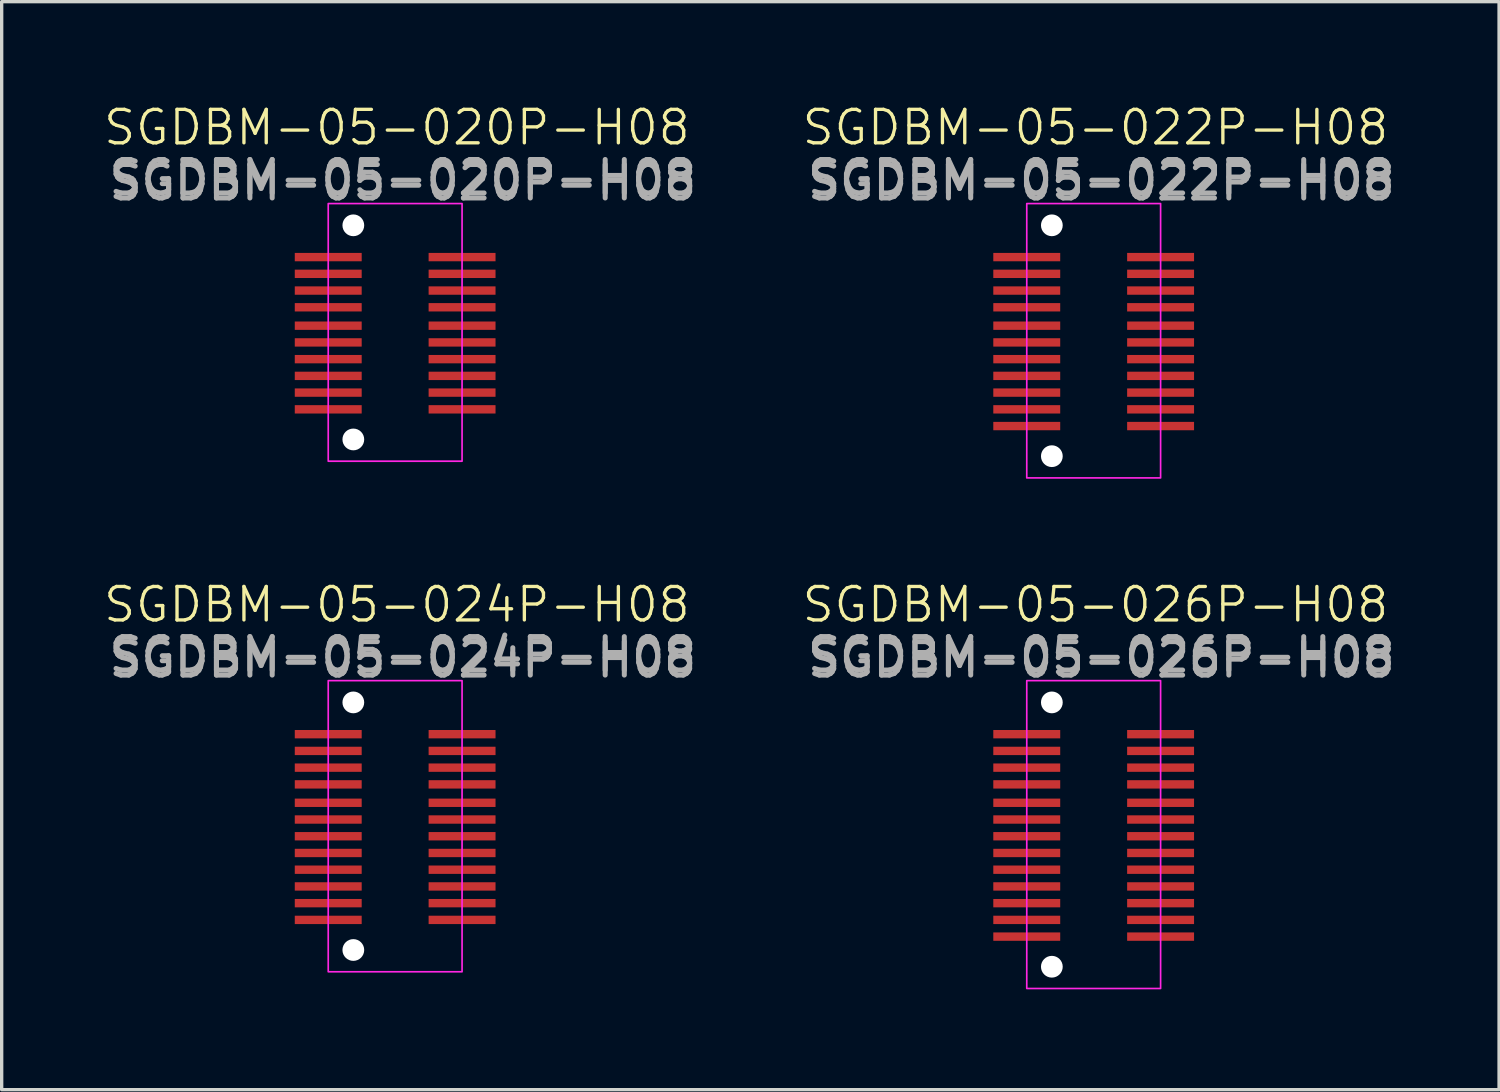
<source format=kicad_pcb>
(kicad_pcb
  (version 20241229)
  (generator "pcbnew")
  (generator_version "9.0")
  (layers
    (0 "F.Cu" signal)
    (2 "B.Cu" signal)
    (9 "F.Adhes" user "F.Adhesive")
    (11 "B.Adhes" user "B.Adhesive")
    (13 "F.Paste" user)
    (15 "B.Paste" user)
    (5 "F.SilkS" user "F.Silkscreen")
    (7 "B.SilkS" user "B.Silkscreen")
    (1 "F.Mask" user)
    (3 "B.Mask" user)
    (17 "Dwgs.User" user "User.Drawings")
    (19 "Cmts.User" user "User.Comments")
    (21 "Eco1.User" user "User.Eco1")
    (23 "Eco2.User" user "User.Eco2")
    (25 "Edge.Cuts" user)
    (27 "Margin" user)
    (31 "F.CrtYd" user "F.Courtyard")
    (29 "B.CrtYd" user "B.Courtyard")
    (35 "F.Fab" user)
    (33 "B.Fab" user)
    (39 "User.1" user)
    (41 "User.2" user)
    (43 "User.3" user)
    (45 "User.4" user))
  (footprint "SGDBM-05-020P-H08"
    (layer "F.Cu")
    (at 6.76 3.034)
    (property "Reference" "SGDBM-05-020P-H08" (at 2.052 -2.273 0) (unlocked yes) (layer "F.SilkS") (effects (font (size 1 1) (thickness 0.1))))
    (attr smd)
    (fp_rect (start 0 0) (end 4 7.7) (stroke (width 0.05) (type default)) (fill no) (layer "F.CrtYd"))
    (fp_text user "${REFERENCE}" (at 2.23 -0.772 0) (unlocked yes) (layer "F.Fab") (effects (font (size 1 1) (thickness 0.15))))
    (fp_text user "${REFERENCE}" (at 2.23 -0.622 0) (unlocked yes) (layer "F.Fab") (effects (font (size 1 1) (thickness 0.15))))
    (pad "" np_thru_hole circle (at 0.75 0.65) (size 0.65 0.65) (drill 0.65) (layers "*.Cu" "*.Mask"))
    (pad "" np_thru_hole circle (at 0.75 7.05) (size 0.65 0.65) (drill 0.65) (layers "*.Cu" "*.Mask"))
    (pad "1" smd rect (at 0 1.6 90) (size 0.25 2) (layers "F.Cu" "F.Mask" "F.Paste"))
    (pad "2" smd rect (at 4 1.6 90) (size 0.25 2) (layers "F.Cu" "F.Mask" "F.Paste"))
    (pad "3" smd rect (at 0 2.1 90) (size 0.25 2) (layers "F.Cu" "F.Mask" "F.Paste"))
    (pad "4" smd rect (at 4 2.1 90) (size 0.25 2) (layers "F.Cu" "F.Mask" "F.Paste"))
    (pad "5" smd rect (at 0 2.6 90) (size 0.25 2) (layers "F.Cu" "F.Mask" "F.Paste"))
    (pad "6" smd rect (at 4 2.6 90) (size 0.25 2) (layers "F.Cu" "F.Mask" "F.Paste"))
    (pad "7" smd rect (at 0 3.1 90) (size 0.25 2) (layers "F.Cu" "F.Mask" "F.Paste"))
    (pad "8" smd rect (at 4 3.1 90) (size 0.25 2) (layers "F.Cu" "F.Mask" "F.Paste"))
    (pad "9" smd rect (at 0 3.65 90) (size 0.25 2) (layers "F.Cu" "F.Mask" "F.Paste"))
    (pad "10" smd rect (at 4 3.65 90) (size 0.25 2) (layers "F.Cu" "F.Mask" "F.Paste"))
    (pad "11" smd rect (at 0 4.15 90) (size 0.25 2) (layers "F.Cu" "F.Mask" "F.Paste"))
    (pad "12" smd rect (at 4 4.15 90) (size 0.25 2) (layers "F.Cu" "F.Mask" "F.Paste"))
    (pad "13" smd rect (at 0 4.65 90) (size 0.25 2) (layers "F.Cu" "F.Mask" "F.Paste"))
    (pad "14" smd rect (at 4 4.65 90) (size 0.25 2) (layers "F.Cu" "F.Mask" "F.Paste"))
    (pad "15" smd rect (at 0 5.15 90) (size 0.25 2) (layers "F.Cu" "F.Mask" "F.Paste"))
    (pad "16" smd rect (at 4 5.15 90) (size 0.25 2) (layers "F.Cu" "F.Mask" "F.Paste"))
    (pad "17" smd rect (at 0 5.65 90) (size 0.25 2) (layers "F.Cu" "F.Mask" "F.Paste"))
    (pad "18" smd rect (at 4 5.65 90) (size 0.25 2) (layers "F.Cu" "F.Mask" "F.Paste"))
    (pad "19" smd rect (at 0 6.15 90) (size 0.25 2) (layers "F.Cu" "F.Mask" "F.Paste"))
    (pad "20" smd rect (at 4 6.15 90) (size 0.25 2) (layers "F.Cu" "F.Mask" "F.Paste")))
  (footprint "SGDBM-05-024P-H08"
    (layer "F.Cu")
    (at 6.76 17.293)
    (property "Reference" "SGDBM-05-024P-H08" (at 2.052 -2.273 0) (unlocked yes) (layer "F.SilkS") (effects (font (size 1 1) (thickness 0.1))))
    (attr smd)
    (fp_rect (start 0 0) (end 4 8.7) (stroke (width 0.05) (type default)) (fill no) (layer "F.CrtYd"))
    (fp_text user "${REFERENCE}" (at 2.23 -0.622 0) (unlocked yes) (layer "F.Fab") (effects (font (size 1 1) (thickness 0.15))))
    (fp_text user "${REFERENCE}" (at 2.23 -0.772 0) (unlocked yes) (layer "F.Fab") (effects (font (size 1 1) (thickness 0.15))))
    (pad "" np_thru_hole circle (at 0.75 0.65) (size 0.65 0.65) (drill 0.65) (layers "*.Cu" "*.Mask"))
    (pad "" np_thru_hole circle (at 0.75 8.05) (size 0.65 0.65) (drill 0.65) (layers "*.Cu" "*.Mask"))
    (pad "1" smd rect (at 0 1.6 90) (size 0.25 2) (layers "F.Cu" "F.Mask" "F.Paste"))
    (pad "2" smd rect (at 4 1.6 90) (size 0.25 2) (layers "F.Cu" "F.Mask" "F.Paste"))
    (pad "3" smd rect (at 0 2.1 90) (size 0.25 2) (layers "F.Cu" "F.Mask" "F.Paste"))
    (pad "4" smd rect (at 4 2.1 90) (size 0.25 2) (layers "F.Cu" "F.Mask" "F.Paste"))
    (pad "5" smd rect (at 0 2.6 90) (size 0.25 2) (layers "F.Cu" "F.Mask" "F.Paste"))
    (pad "6" smd rect (at 4 2.6 90) (size 0.25 2) (layers "F.Cu" "F.Mask" "F.Paste"))
    (pad "7" smd rect (at 0 3.1 90) (size 0.25 2) (layers "F.Cu" "F.Mask" "F.Paste"))
    (pad "8" smd rect (at 4 3.1 90) (size 0.25 2) (layers "F.Cu" "F.Mask" "F.Paste"))
    (pad "9" smd rect (at 0 3.65 90) (size 0.25 2) (layers "F.Cu" "F.Mask" "F.Paste"))
    (pad "10" smd rect (at 4 3.65 90) (size 0.25 2) (layers "F.Cu" "F.Mask" "F.Paste"))
    (pad "11" smd rect (at 0 4.15 90) (size 0.25 2) (layers "F.Cu" "F.Mask" "F.Paste"))
    (pad "12" smd rect (at 4 4.15 90) (size 0.25 2) (layers "F.Cu" "F.Mask" "F.Paste"))
    (pad "13" smd rect (at 0 4.65 90) (size 0.25 2) (layers "F.Cu" "F.Mask" "F.Paste"))
    (pad "14" smd rect (at 4 4.65 90) (size 0.25 2) (layers "F.Cu" "F.Mask" "F.Paste"))
    (pad "15" smd rect (at 0 5.15 90) (size 0.25 2) (layers "F.Cu" "F.Mask" "F.Paste"))
    (pad "16" smd rect (at 4 5.15 90) (size 0.25 2) (layers "F.Cu" "F.Mask" "F.Paste"))
    (pad "17" smd rect (at 0 5.65 90) (size 0.25 2) (layers "F.Cu" "F.Mask" "F.Paste"))
    (pad "18" smd rect (at 4 5.65 90) (size 0.25 2) (layers "F.Cu" "F.Mask" "F.Paste"))
    (pad "19" smd rect (at 0 6.15 90) (size 0.25 2) (layers "F.Cu" "F.Mask" "F.Paste"))
    (pad "20" smd rect (at 4 6.15 90) (size 0.25 2) (layers "F.Cu" "F.Mask" "F.Paste"))
    (pad "21" smd rect (at 0 6.65 90) (size 0.25 2) (layers "F.Cu" "F.Mask" "F.Paste"))
    (pad "22" smd rect (at 4 6.65 90) (size 0.25 2) (layers "F.Cu" "F.Mask" "F.Paste"))
    (pad "23" smd rect (at 0 7.15 90) (size 0.25 2) (layers "F.Cu" "F.Mask" "F.Paste"))
    (pad "24" smd rect (at 4 7.15 90) (size 0.25 2) (layers "F.Cu" "F.Mask" "F.Paste")))
  (footprint "SGDBM-05-026P-H08"
    (layer "F.Cu")
    (at 27.637 17.293)
    (property "Reference" "SGDBM-05-026P-H08" (at 2.052 -2.273 0) (unlocked yes) (layer "F.SilkS") (effects (font (size 1 1) (thickness 0.1))))
    (attr smd)
    (fp_rect (start 0 0) (end 4 9.2) (stroke (width 0.05) (type default)) (fill no) (layer "F.CrtYd"))
    (fp_text user "${REFERENCE}" (at 2.23 -0.772 0) (unlocked yes) (layer "F.Fab") (effects (font (size 1 1) (thickness 0.15))))
    (fp_text user "${REFERENCE}" (at 2.23 -0.622 0) (unlocked yes) (layer "F.Fab") (effects (font (size 1 1) (thickness 0.15))))
    (pad "" np_thru_hole circle (at 0.75 0.65) (size 0.65 0.65) (drill 0.65) (layers "*.Cu" "*.Mask"))
    (pad "" np_thru_hole circle (at 0.75 8.55) (size 0.65 0.65) (drill 0.65) (layers "*.Cu" "*.Mask"))
    (pad "1" smd rect (at 0 1.6 90) (size 0.25 2) (layers "F.Cu" "F.Mask" "F.Paste"))
    (pad "2" smd rect (at 4 1.6 90) (size 0.25 2) (layers "F.Cu" "F.Mask" "F.Paste"))
    (pad "3" smd rect (at 0 2.1 90) (size 0.25 2) (layers "F.Cu" "F.Mask" "F.Paste"))
    (pad "4" smd rect (at 4 2.1 90) (size 0.25 2) (layers "F.Cu" "F.Mask" "F.Paste"))
    (pad "5" smd rect (at 0 2.6 90) (size 0.25 2) (layers "F.Cu" "F.Mask" "F.Paste"))
    (pad "6" smd rect (at 4 2.6 90) (size 0.25 2) (layers "F.Cu" "F.Mask" "F.Paste"))
    (pad "7" smd rect (at 0 3.1 90) (size 0.25 2) (layers "F.Cu" "F.Mask" "F.Paste"))
    (pad "8" smd rect (at 4 3.1 90) (size 0.25 2) (layers "F.Cu" "F.Mask" "F.Paste"))
    (pad "9" smd rect (at 0 3.65 90) (size 0.25 2) (layers "F.Cu" "F.Mask" "F.Paste"))
    (pad "10" smd rect (at 4 3.65 90) (size 0.25 2) (layers "F.Cu" "F.Mask" "F.Paste"))
    (pad "11" smd rect (at 0 4.15 90) (size 0.25 2) (layers "F.Cu" "F.Mask" "F.Paste"))
    (pad "12" smd rect (at 4 4.15 90) (size 0.25 2) (layers "F.Cu" "F.Mask" "F.Paste"))
    (pad "13" smd rect (at 0 4.65 90) (size 0.25 2) (layers "F.Cu" "F.Mask" "F.Paste"))
    (pad "14" smd rect (at 4 4.65 90) (size 0.25 2) (layers "F.Cu" "F.Mask" "F.Paste"))
    (pad "15" smd rect (at 0 5.15 90) (size 0.25 2) (layers "F.Cu" "F.Mask" "F.Paste"))
    (pad "16" smd rect (at 4 5.15 90) (size 0.25 2) (layers "F.Cu" "F.Mask" "F.Paste"))
    (pad "17" smd rect (at 0 5.65 90) (size 0.25 2) (layers "F.Cu" "F.Mask" "F.Paste"))
    (pad "18" smd rect (at 4 5.65 90) (size 0.25 2) (layers "F.Cu" "F.Mask" "F.Paste"))
    (pad "19" smd rect (at 0 6.15 90) (size 0.25 2) (layers "F.Cu" "F.Mask" "F.Paste"))
    (pad "20" smd rect (at 4 6.15 90) (size 0.25 2) (layers "F.Cu" "F.Mask" "F.Paste"))
    (pad "21" smd rect (at 0 6.65 90) (size 0.25 2) (layers "F.Cu" "F.Mask" "F.Paste"))
    (pad "22" smd rect (at 4 6.65 90) (size 0.25 2) (layers "F.Cu" "F.Mask" "F.Paste"))
    (pad "23" smd rect (at 0 7.15 90) (size 0.25 2) (layers "F.Cu" "F.Mask" "F.Paste"))
    (pad "24" smd rect (at 4 7.15 90) (size 0.25 2) (layers "F.Cu" "F.Mask" "F.Paste"))
    (pad "25" smd rect (at 0 7.65 90) (size 0.25 2) (layers "F.Cu" "F.Mask" "F.Paste"))
    (pad "26" smd rect (at 4 7.65 90) (size 0.25 2) (layers "F.Cu" "F.Mask" "F.Paste")))
  (footprint "SGDBM-05-022P-H08"
    (layer "F.Cu")
    (at 27.637 4.634)
    (property "Reference" "SGDBM-05-022P-H08" (at 2.052 -3.873 0) (unlocked yes) (layer "F.SilkS") (effects (font (size 1 1) (thickness 0.1))))
    (attr smd)
    (fp_rect (start 0 -1.6) (end 4 6.6) (stroke (width 0.05) (type default)) (fill no) (layer "F.CrtYd"))
    (fp_text user "${REFERENCE}" (at 2.23 -2.372 0) (unlocked yes) (layer "F.Fab") (effects (font (size 1 1) (thickness 0.15))))
    (fp_text user "${REFERENCE}" (at 2.23 -2.222 0) (unlocked yes) (layer "F.Fab") (effects (font (size 1 1) (thickness 0.15))))
    (pad "" np_thru_hole circle (at 0.75 -0.95) (size 0.65 0.65) (drill 0.65) (layers "*.Cu" "*.Mask"))
    (pad "" np_thru_hole circle (at 0.75 5.95) (size 0.65 0.65) (drill 0.65) (layers "*.Cu" "*.Mask"))
    (pad "1" smd rect (at 0 0 90) (size 0.25 2) (layers "F.Cu" "F.Mask" "F.Paste"))
    (pad "2" smd rect (at 4 0 90) (size 0.25 2) (layers "F.Cu" "F.Mask" "F.Paste"))
    (pad "3" smd rect (at 0 0.5 90) (size 0.25 2) (layers "F.Cu" "F.Mask" "F.Paste"))
    (pad "4" smd rect (at 4 0.5 90) (size 0.25 2) (layers "F.Cu" "F.Mask" "F.Paste"))
    (pad "5" smd rect (at 0 1 90) (size 0.25 2) (layers "F.Cu" "F.Mask" "F.Paste"))
    (pad "6" smd rect (at 4 1 90) (size 0.25 2) (layers "F.Cu" "F.Mask" "F.Paste"))
    (pad "7" smd rect (at 0 1.5 90) (size 0.25 2) (layers "F.Cu" "F.Mask" "F.Paste"))
    (pad "8" smd rect (at 4 1.5 90) (size 0.25 2) (layers "F.Cu" "F.Mask" "F.Paste"))
    (pad "9" smd rect (at 0 2.05 90) (size 0.25 2) (layers "F.Cu" "F.Mask" "F.Paste"))
    (pad "10" smd rect (at 4 2.05 90) (size 0.25 2) (layers "F.Cu" "F.Mask" "F.Paste"))
    (pad "11" smd rect (at 0 2.55 90) (size 0.25 2) (layers "F.Cu" "F.Mask" "F.Paste"))
    (pad "12" smd rect (at 4 2.55 90) (size 0.25 2) (layers "F.Cu" "F.Mask" "F.Paste"))
    (pad "13" smd rect (at 0 3.05 90) (size 0.25 2) (layers "F.Cu" "F.Mask" "F.Paste"))
    (pad "14" smd rect (at 4 3.05 90) (size 0.25 2) (layers "F.Cu" "F.Mask" "F.Paste"))
    (pad "15" smd rect (at 0 3.55 90) (size 0.25 2) (layers "F.Cu" "F.Mask" "F.Paste"))
    (pad "16" smd rect (at 4 3.55 90) (size 0.25 2) (layers "F.Cu" "F.Mask" "F.Paste"))
    (pad "17" smd rect (at 0 4.05 90) (size 0.25 2) (layers "F.Cu" "F.Mask" "F.Paste"))
    (pad "18" smd rect (at 4 4.05 90) (size 0.25 2) (layers "F.Cu" "F.Mask" "F.Paste"))
    (pad "19" smd rect (at 0 4.55 90) (size 0.25 2) (layers "F.Cu" "F.Mask" "F.Paste"))
    (pad "20" smd rect (at 4 4.55 90) (size 0.25 2) (layers "F.Cu" "F.Mask" "F.Paste"))
    (pad "21" smd rect (at 0 5.05 90) (size 0.25 2) (layers "F.Cu" "F.Mask" "F.Paste"))
    (pad "22" smd rect (at 4 5.05 90) (size 0.25 2) (layers "F.Cu" "F.Mask" "F.Paste")))
  (gr_rect
    (start -3 -3)
    (end 41.753 29.518)
    (stroke (width 0.1) (type default))
    (fill no)
    (layer "Edge.Cuts")))
</source>
